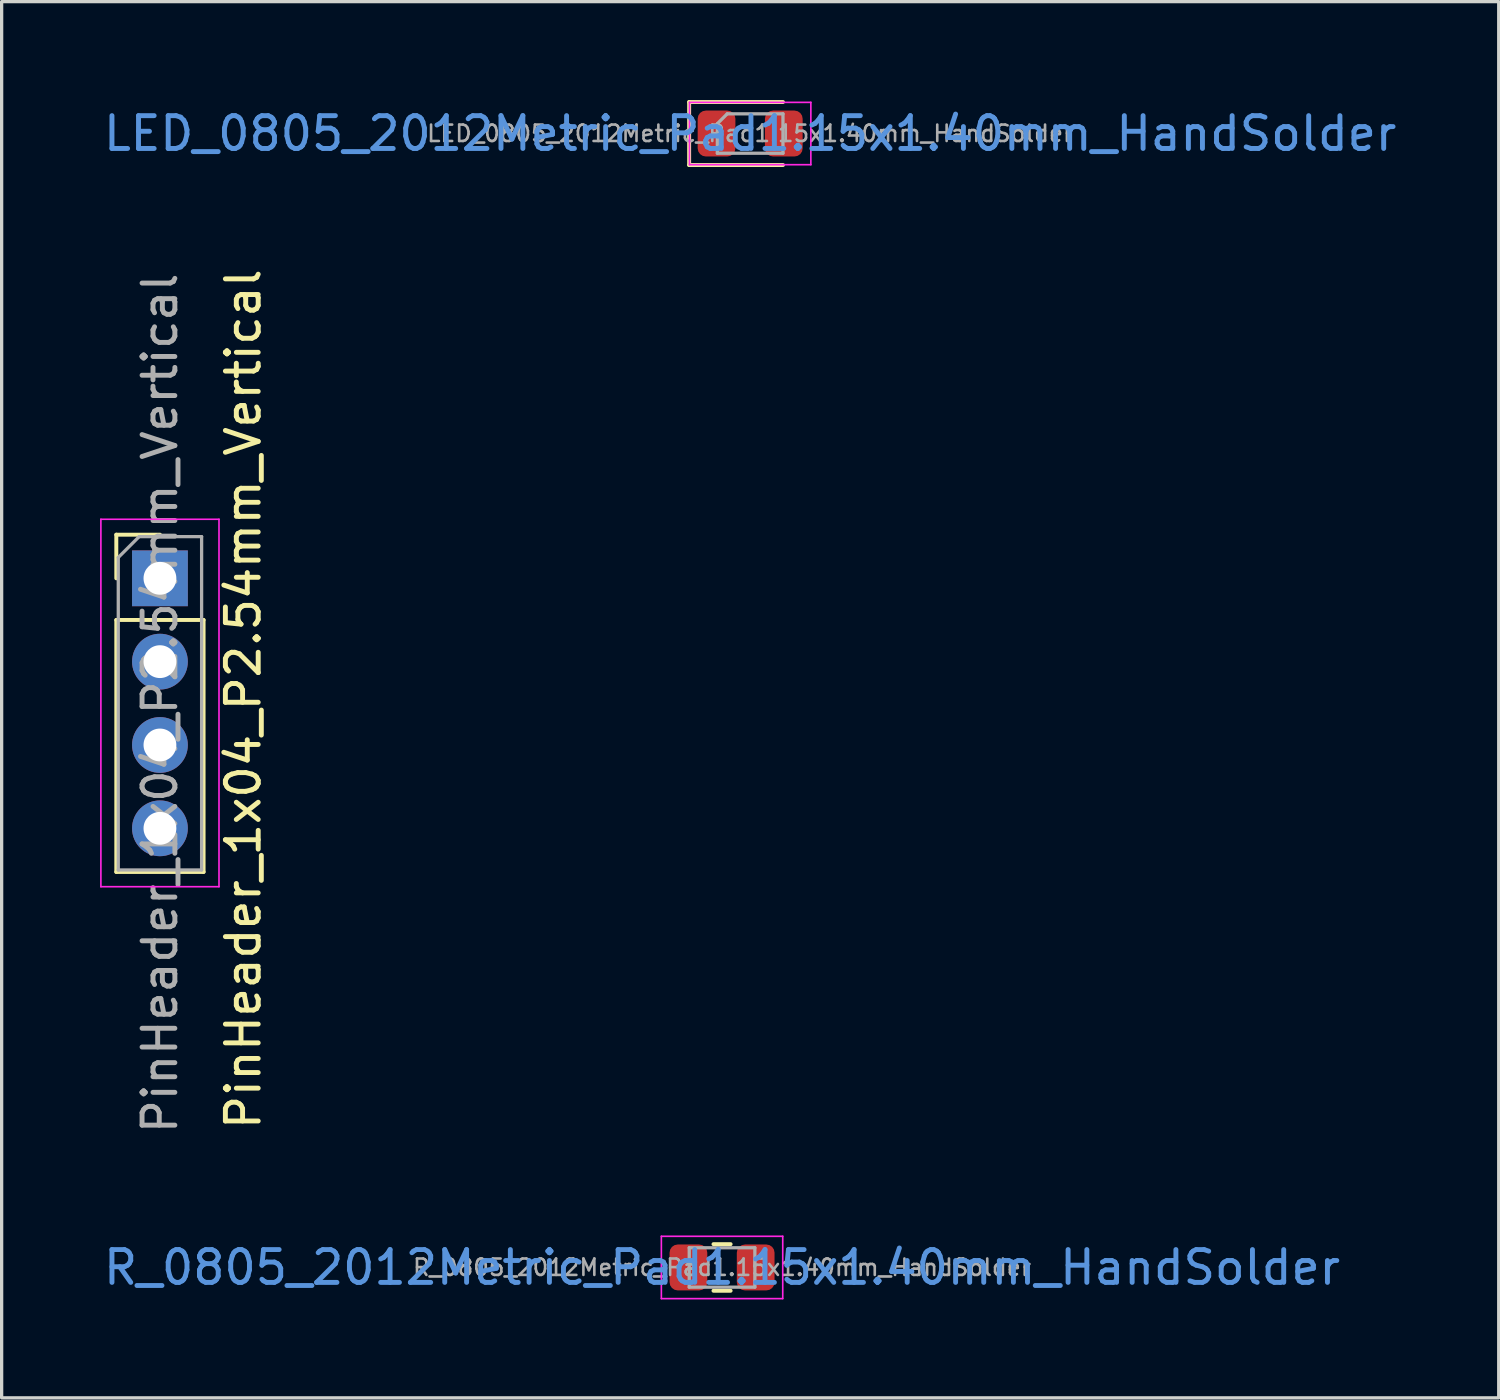
<source format=kicad_pcb>
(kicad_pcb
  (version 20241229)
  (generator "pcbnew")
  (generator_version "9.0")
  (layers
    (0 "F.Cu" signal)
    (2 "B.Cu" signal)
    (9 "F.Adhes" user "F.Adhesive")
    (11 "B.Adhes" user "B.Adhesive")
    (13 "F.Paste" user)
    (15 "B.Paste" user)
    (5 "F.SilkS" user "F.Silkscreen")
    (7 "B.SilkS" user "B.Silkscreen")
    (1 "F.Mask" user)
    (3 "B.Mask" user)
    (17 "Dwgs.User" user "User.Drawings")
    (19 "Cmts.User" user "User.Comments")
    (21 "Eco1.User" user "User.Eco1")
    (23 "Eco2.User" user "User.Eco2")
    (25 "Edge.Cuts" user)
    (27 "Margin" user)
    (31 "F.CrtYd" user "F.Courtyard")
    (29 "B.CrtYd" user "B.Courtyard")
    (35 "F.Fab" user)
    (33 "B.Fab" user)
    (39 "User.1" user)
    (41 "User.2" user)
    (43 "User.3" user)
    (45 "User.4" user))
  (footprint "LED_0805_2012Metric_Pad1.15x1.40mm_HandSolder"
    (layer "F.Cu")
    (at 19.815 1.02)
    (property "Reference" "LED_0805_2012Metric_Pad1.15x1.40mm_HandSolder" (at 0 0 0) (layer "Cmts.User") (effects (font (size 1 1) (thickness 0.15))))
    (attr smd)
    (fp_line (start -1.86 -0.96) (end -1.86 0.96) (stroke (width 0.12) (type solid)) (layer "F.SilkS"))
    (fp_line (start -1.86 0.96) (end 1 0.96) (stroke (width 0.12) (type solid)) (layer "F.SilkS"))
    (fp_line (start 1 -0.96) (end -1.86 -0.96) (stroke (width 0.12) (type solid)) (layer "F.SilkS"))
    (fp_line (start -1.85 -0.95) (end 1.85 -0.95) (stroke (width 0.05) (type solid)) (layer "F.CrtYd"))
    (fp_line (start -1.85 0.95) (end -1.85 -0.95) (stroke (width 0.05) (type solid)) (layer "F.CrtYd"))
    (fp_line (start 1.85 -0.95) (end 1.85 0.95) (stroke (width 0.05) (type solid)) (layer "F.CrtYd"))
    (fp_line (start 1.85 0.95) (end -1.85 0.95) (stroke (width 0.05) (type solid)) (layer "F.CrtYd"))
    (fp_line (start -1 -0.3) (end -1 0.6) (stroke (width 0.1) (type solid)) (layer "F.Fab"))
    (fp_line (start -1 0.6) (end 1 0.6) (stroke (width 0.1) (type solid)) (layer "F.Fab"))
    (fp_line (start -0.7 -0.6) (end -1 -0.3) (stroke (width 0.1) (type solid)) (layer "F.Fab"))
    (fp_line (start 1 -0.6) (end -0.7 -0.6) (stroke (width 0.1) (type solid)) (layer "F.Fab"))
    (fp_line (start 1 0.6) (end 1 -0.6) (stroke (width 0.1) (type solid)) (layer "F.Fab"))
    (fp_text user "${REFERENCE}" (at 0 0 0) (layer "F.Fab") (effects (font (size 0.5 0.5) (thickness 0.08))))
    (pad "1" smd roundrect (at -1.025 0) (size 1.15 1.4) (layers "F.Cu" "F.Mask" "F.Paste") (roundrect_rratio 0.217))
    (pad "2" smd roundrect (at 1.025 0) (size 1.15 1.4) (layers "F.Cu" "F.Mask" "F.Paste") (roundrect_rratio 0.217)))
  (footprint "R_0805_2012Metric_Pad1.15x1.40mm_HandSolder"
    (layer "F.Cu")
    (at 18.958 35.582)
    (property "Reference" "R_0805_2012Metric_Pad1.15x1.40mm_HandSolder" (at 0 0 0) (layer "Cmts.User") (effects (font (size 1 1) (thickness 0.15))))
    (attr smd)
    (fp_line (start -0.261 -0.71) (end 0.261 -0.71) (stroke (width 0.12) (type solid)) (layer "F.SilkS"))
    (fp_line (start -0.261 0.71) (end 0.261 0.71) (stroke (width 0.12) (type solid)) (layer "F.SilkS"))
    (fp_line (start -1.85 -0.95) (end 1.85 -0.95) (stroke (width 0.05) (type solid)) (layer "F.CrtYd"))
    (fp_line (start -1.85 0.95) (end -1.85 -0.95) (stroke (width 0.05) (type solid)) (layer "F.CrtYd"))
    (fp_line (start 1.85 -0.95) (end 1.85 0.95) (stroke (width 0.05) (type solid)) (layer "F.CrtYd"))
    (fp_line (start 1.85 0.95) (end -1.85 0.95) (stroke (width 0.05) (type solid)) (layer "F.CrtYd"))
    (fp_line (start -1 -0.6) (end 1 -0.6) (stroke (width 0.1) (type solid)) (layer "F.Fab"))
    (fp_line (start -1 0.6) (end -1 -0.6) (stroke (width 0.1) (type solid)) (layer "F.Fab"))
    (fp_line (start 1 -0.6) (end 1 0.6) (stroke (width 0.1) (type solid)) (layer "F.Fab"))
    (fp_line (start 1 0.6) (end -1 0.6) (stroke (width 0.1) (type solid)) (layer "F.Fab"))
    (fp_text user "${REFERENCE}" (at 0 0 0) (layer "F.Fab") (effects (font (size 0.5 0.5) (thickness 0.08))))
    (pad "1" smd roundrect (at -1.025 0) (size 1.15 1.4) (layers "F.Cu" "F.Mask" "F.Paste") (roundrect_rratio 0.217))
    (pad "2" smd roundrect (at 1.025 0) (size 1.15 1.4) (layers "F.Cu" "F.Mask" "F.Paste") (roundrect_rratio 0.217)))
  (footprint "PinHeader_1x04_P2.54mm_Vertical"
    (layer "F.Cu")
    (at 1.825 14.577)
    (property "Reference" "PinHeader_1x04_P2.54mm_Vertical" (at 2.54 3.683 270) (layer "F.SilkS") (effects (font (size 1 1) (thickness 0.15))))
    (attr through_hole)
    (fp_line (start -1.33 -1.33) (end 0 -1.33) (stroke (width 0.12) (type solid)) (layer "F.SilkS"))
    (fp_line (start -1.33 0) (end -1.33 -1.33) (stroke (width 0.12) (type solid)) (layer "F.SilkS"))
    (fp_line (start -1.33 1.27) (end -1.33 8.95) (stroke (width 0.12) (type solid)) (layer "F.SilkS"))
    (fp_line (start -1.33 1.27) (end 1.33 1.27) (stroke (width 0.12) (type solid)) (layer "F.SilkS"))
    (fp_line (start -1.33 8.95) (end 1.33 8.95) (stroke (width 0.12) (type solid)) (layer "F.SilkS"))
    (fp_line (start 1.33 1.27) (end 1.33 8.95) (stroke (width 0.12) (type solid)) (layer "F.SilkS"))
    (fp_line (start -1.8 -1.8) (end -1.8 9.4) (stroke (width 0.05) (type solid)) (layer "F.CrtYd"))
    (fp_line (start -1.8 9.4) (end 1.8 9.4) (stroke (width 0.05) (type solid)) (layer "F.CrtYd"))
    (fp_line (start 1.8 -1.8) (end -1.8 -1.8) (stroke (width 0.05) (type solid)) (layer "F.CrtYd"))
    (fp_line (start 1.8 9.4) (end 1.8 -1.8) (stroke (width 0.05) (type solid)) (layer "F.CrtYd"))
    (fp_line (start -1.27 -0.635) (end -0.635 -1.27) (stroke (width 0.1) (type solid)) (layer "F.Fab"))
    (fp_line (start -1.27 8.89) (end -1.27 -0.635) (stroke (width 0.1) (type solid)) (layer "F.Fab"))
    (fp_line (start -0.635 -1.27) (end 1.27 -1.27) (stroke (width 0.1) (type solid)) (layer "F.Fab"))
    (fp_line (start 1.27 -1.27) (end 1.27 8.89) (stroke (width 0.1) (type solid)) (layer "F.Fab"))
    (fp_line (start 1.27 8.89) (end -1.27 8.89) (stroke (width 0.1) (type solid)) (layer "F.Fab"))
    (fp_text user "${REFERENCE}" (at 0 3.81 90) (layer "F.Fab") (effects (font (size 1 1) (thickness 0.15))))
    (pad "1" thru_hole rect (at 0 0) (size 1.7 1.7) (drill 1) (layers "*.Cu" "*.Mask"))
    (pad "2" thru_hole oval (at 0 2.54) (size 1.7 1.7) (drill 1) (layers "*.Cu" "*.Mask"))
    (pad "3" thru_hole oval (at 0 5.08) (size 1.7 1.7) (drill 1) (layers "*.Cu" "*.Mask"))
    (pad "4" thru_hole oval (at 0 7.62) (size 1.7 1.7) (drill 1) (layers "*.Cu" "*.Mask")))
  (gr_rect
    (start -3 -3)
    (end 42.631 39.557)
    (stroke (width 0.1) (type default))
    (fill no)
    (layer "Edge.Cuts")))
</source>
